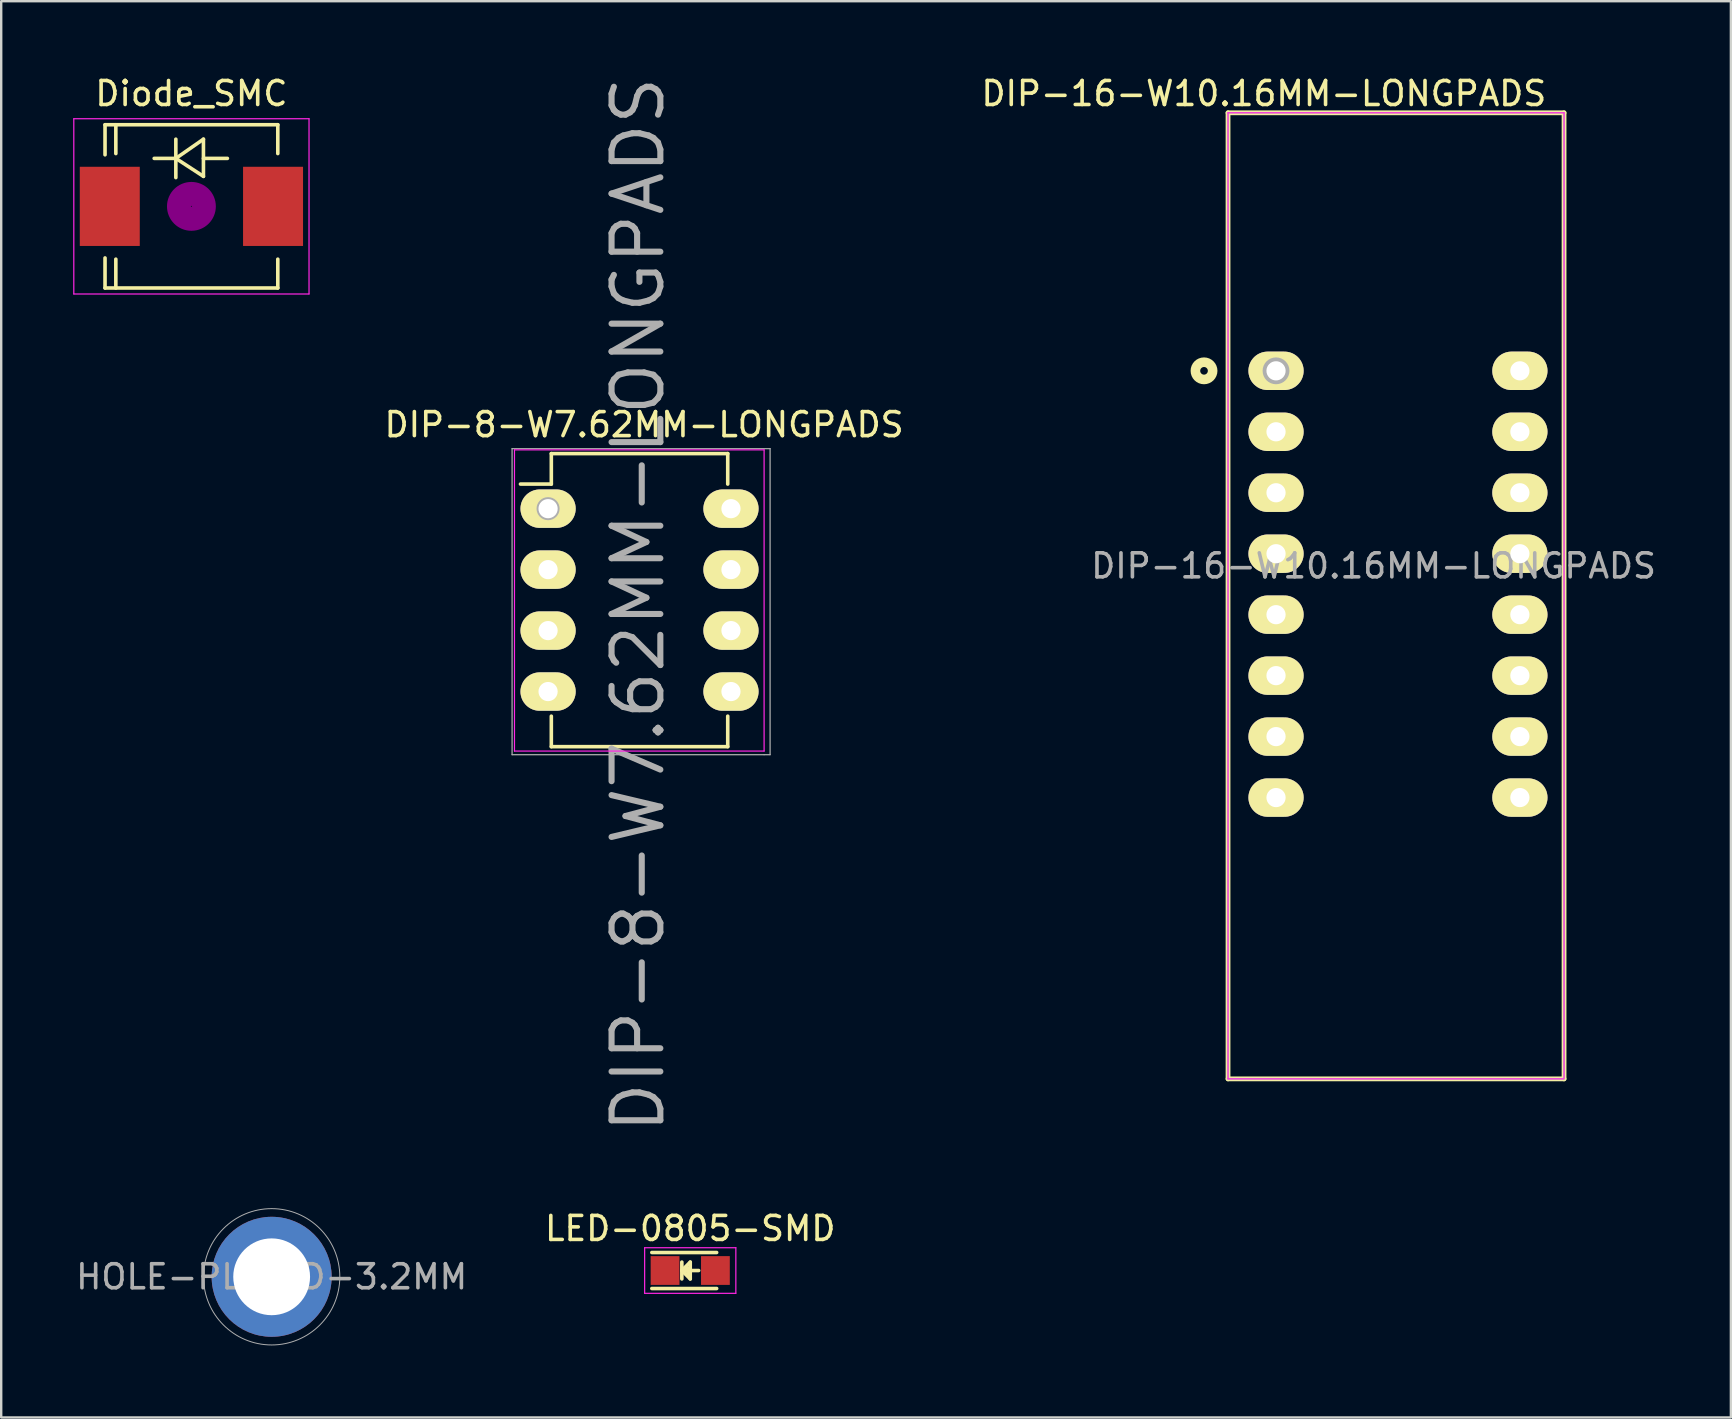
<source format=kicad_pcb>
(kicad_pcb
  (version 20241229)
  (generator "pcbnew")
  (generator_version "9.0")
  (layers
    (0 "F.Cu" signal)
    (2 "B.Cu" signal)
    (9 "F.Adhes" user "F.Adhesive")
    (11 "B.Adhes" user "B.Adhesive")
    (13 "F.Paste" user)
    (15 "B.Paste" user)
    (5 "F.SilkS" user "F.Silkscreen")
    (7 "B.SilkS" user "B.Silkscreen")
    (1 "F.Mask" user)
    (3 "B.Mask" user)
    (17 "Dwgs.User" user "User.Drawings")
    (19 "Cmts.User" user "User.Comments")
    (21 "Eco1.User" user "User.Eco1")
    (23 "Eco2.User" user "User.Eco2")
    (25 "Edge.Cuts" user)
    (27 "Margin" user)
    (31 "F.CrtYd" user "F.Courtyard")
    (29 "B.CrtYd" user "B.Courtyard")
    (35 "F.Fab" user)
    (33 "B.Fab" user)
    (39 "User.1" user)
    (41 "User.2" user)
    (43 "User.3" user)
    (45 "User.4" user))
  (footprint "LED-0805-SMD"
    (layer "F.Cu")
    (at 25.708 49.884)
    (property "Reference" "LED-0805-SMD" (at 0 -1.75 0) (layer "F.SilkS") (effects (font (size 1 1) (thickness 0.15))))
    (attr smd)
    (fp_line (start -1.6 -0.75) (end 1.1 -0.75) (stroke (width 0.15) (type solid)) (layer "F.SilkS"))
    (fp_line (start -1.6 0.75) (end 1.1 0.75) (stroke (width 0.15) (type solid)) (layer "F.SilkS"))
    (fp_line (start -0.35 -0.35) (end -0.35 0.35) (stroke (width 0.15) (type solid)) (layer "F.SilkS"))
    (fp_line (start -0.35 0) (end 0 -0.35) (stroke (width 0.15) (type solid)) (layer "F.SilkS"))
    (fp_line (start -0.1 -0.1) (end -0.25 0.05) (stroke (width 0.15) (type solid)) (layer "F.SilkS"))
    (fp_line (start -0.1 0.15) (end -0.1 -0.1) (stroke (width 0.15) (type solid)) (layer "F.SilkS"))
    (fp_line (start 0 -0.35) (end 0 0.35) (stroke (width 0.15) (type solid)) (layer "F.SilkS"))
    (fp_line (start 0 0) (end 0.35 0) (stroke (width 0.15) (type solid)) (layer "F.SilkS"))
    (fp_line (start 0 0.35) (end -0.35 0) (stroke (width 0.15) (type solid)) (layer "F.SilkS"))
    (fp_line (start -1.9 -0.95) (end 1.9 -0.95) (stroke (width 0.05) (type solid)) (layer "F.CrtYd"))
    (fp_line (start -1.9 0.95) (end -1.9 -0.95) (stroke (width 0.05) (type solid)) (layer "F.CrtYd"))
    (fp_line (start 1.9 -0.95) (end 1.9 0.95) (stroke (width 0.05) (type solid)) (layer "F.CrtYd"))
    (fp_line (start 1.9 0.95) (end -1.9 0.95) (stroke (width 0.05) (type solid)) (layer "F.CrtYd"))
    (pad "1" smd rect (at -1.049 0 180) (size 1.199 1.199) (layers "F.Cu" "F.Mask" "F.Paste"))
    (pad "2" smd rect (at 1.049 0 180) (size 1.199 1.199) (layers "F.Cu" "F.Mask" "F.Paste")))
  (footprint "HOLE-PLATED-3.2MM"
    (layer "F.Cu")
    (at 8.268 50.146)
    (property "Reference" "HOLE-PLATED-3.2MM" (at 0 0 0) (layer "F.Fab") (effects (font (size 1 1) (thickness 0.15))))
    (attr through_hole)
    (fp_circle (center 0 0) (end 2.54 1.27) (stroke (width 0.041) (type solid)) (fill no) (layer "F.Fab"))
    (pad "1" thru_hole circle (at 0 0) (size 5 5) (drill 3.2) (layers "*.Cu" "*.Mask")))
  (footprint "Diode_SMC"
    (layer "F.Cu")
    (at 4.925 5.548)
    (property "Reference" "Diode_SMC" (at 0 -4.7 0) (layer "F.SilkS") (effects (font (size 1 1) (thickness 0.15))))
    (attr smd)
    (fp_line (start -3.599 -3.401) (end -3.599 -2.149) (stroke (width 0.15) (type solid)) (layer "F.SilkS"))
    (fp_line (start -3.599 -3.401) (end 3.599 -3.401) (stroke (width 0.15) (type solid)) (layer "F.SilkS"))
    (fp_line (start -3.599 3.401) (end -3.599 2.149) (stroke (width 0.15) (type solid)) (layer "F.SilkS"))
    (fp_line (start -3.599 3.401) (end 3.599 3.401) (stroke (width 0.15) (type solid)) (layer "F.SilkS"))
    (fp_line (start -3.149 -3.401) (end -3.149 -2.2) (stroke (width 0.15) (type solid)) (layer "F.SilkS"))
    (fp_line (start -3.149 3.401) (end -3.149 2.2) (stroke (width 0.15) (type solid)) (layer "F.SilkS"))
    (fp_line (start -0.649 -2.799) (end -0.649 -1.199) (stroke (width 0.15) (type solid)) (layer "F.SilkS"))
    (fp_line (start -0.649 -1.999) (end -1.551 -1.999) (stroke (width 0.15) (type solid)) (layer "F.SilkS"))
    (fp_line (start -0.649 -1.999) (end 0.501 -2.799) (stroke (width 0.15) (type solid)) (layer "F.SilkS"))
    (fp_line (start -0.649 -1.999) (end 0.501 -1.25) (stroke (width 0.15) (type solid)) (layer "F.SilkS"))
    (fp_line (start 0.501 -1.999) (end 1.499 -1.999) (stroke (width 0.15) (type solid)) (layer "F.SilkS"))
    (fp_line (start 0.501 -1.25) (end 0.501 -2.799) (stroke (width 0.15) (type solid)) (layer "F.SilkS"))
    (fp_line (start 3.599 -3.401) (end 3.599 -2.2) (stroke (width 0.15) (type solid)) (layer "F.SilkS"))
    (fp_line (start 3.599 3.401) (end 3.599 2.2) (stroke (width 0.15) (type solid)) (layer "F.SilkS"))
    (fp_circle (center 0 0) (end 0.15 0.15) (stroke (width 0.381) (type solid)) (fill no) (layer "F.Adhes"))
    (fp_circle (center 0 0) (end 0.45 0.201) (stroke (width 0.381) (type solid)) (fill no) (layer "F.Adhes"))
    (fp_circle (center 0 0) (end 0.749 0.351) (stroke (width 0.381) (type solid)) (fill no) (layer "F.Adhes"))
    (fp_line (start -4.9 -3.65) (end 4.9 -3.65) (stroke (width 0.05) (type solid)) (layer "F.CrtYd"))
    (fp_line (start -4.9 3.65) (end -4.9 -3.65) (stroke (width 0.05) (type solid)) (layer "F.CrtYd"))
    (fp_line (start 4.9 -3.65) (end 4.9 3.65) (stroke (width 0.05) (type solid)) (layer "F.CrtYd"))
    (fp_line (start 4.9 3.65) (end -4.9 3.65) (stroke (width 0.05) (type solid)) (layer "F.CrtYd"))
    (pad "1" smd rect (at -3.401 0 90) (size 3.299 2.499) (layers "F.Cu" "F.Mask" "F.Paste"))
    (pad "2" smd rect (at 3.401 0 90) (size 3.299 2.499) (layers "F.Cu" "F.Mask" "F.Paste")))
  (footprint "DIP-16-W10.16MM-LONGPADS"
    (layer "F.Cu")
    (at 54.364 21.15)
    (property "Reference" "DIP-16-W10.16MM-LONGPADS" (at -0.186 -0.622 0) (layer "F.Fab") (effects (font (size 1 1) (thickness 0.15))))
    (attr through_hole)
    (fp_line (start -6.25 -19.5) (end -6.25 20.75) (stroke (width 0.2) (type solid)) (layer "F.SilkS"))
    (fp_line (start -6.25 -19.5) (end 7.75 -19.5) (stroke (width 0.2) (type solid)) (layer "F.SilkS"))
    (fp_line (start 7.75 -19.5) (end 7.75 20.75) (stroke (width 0.2) (type solid)) (layer "F.SilkS"))
    (fp_line (start 7.75 20.75) (end -6.25 20.75) (stroke (width 0.2) (type solid)) (layer "F.SilkS"))
    (fp_circle (center -7.25 -8.75) (end -6.996 -8.496) (stroke (width 0.4) (type solid)) (fill no) (layer "F.SilkS"))
    (fp_line (start -6.25 -19.5) (end -6.25 20.75) (stroke (width 0.05) (type solid)) (layer "F.CrtYd"))
    (fp_line (start -6.25 -19.5) (end 7.75 -19.5) (stroke (width 0.05) (type solid)) (layer "F.CrtYd"))
    (fp_line (start -6.25 20.75) (end 7.75 20.75) (stroke (width 0.05) (type solid)) (layer "F.CrtYd"))
    (fp_line (start 7.75 -19.5) (end 7.75 20.7) (stroke (width 0.05) (type solid)) (layer "F.CrtYd"))
    (fp_line (start -6.25 -19.5) (end -6.25 20.75) (stroke (width 0.05) (type solid)) (layer "F.Fab"))
    (fp_line (start -6.25 -19.5) (end 7.75 -19.5) (stroke (width 0.05) (type solid)) (layer "F.Fab"))
    (fp_line (start -6.25 20.75) (end 7.75 20.75) (stroke (width 0.05) (type solid)) (layer "F.Fab"))
    (fp_line (start 7.75 -19.5) (end 7.75 20.75) (stroke (width 0.05) (type solid)) (layer "F.Fab"))
    (fp_circle (center -4.25 -8.75) (end -3.996 -8.496) (stroke (width 0.4) (type solid)) (fill no) (layer "F.Fab"))
    (fp_text user "${REFERENCE}" (at -4.758 -20.302 0) (layer "F.SilkS") (effects (font (size 1 1) (thickness 0.15))))
    (pad "1" thru_hole oval (at -4.25 -8.75) (size 2.3 1.6) (drill 0.8) (layers "*.Cu" "*.Mask" "F.SilkS"))
    (pad "2" thru_hole oval (at -4.25 -6.21) (size 2.3 1.6) (drill 0.8) (layers "*.Cu" "*.Mask" "F.SilkS"))
    (pad "3" thru_hole oval (at -4.25 -3.67) (size 2.3 1.6) (drill 0.8) (layers "*.Cu" "*.Mask" "F.SilkS"))
    (pad "4" thru_hole oval (at -4.25 -1.13) (size 2.3 1.6) (drill 0.8) (layers "*.Cu" "*.Mask" "F.SilkS"))
    (pad "5" thru_hole oval (at -4.25 1.41) (size 2.3 1.6) (drill 0.8) (layers "*.Cu" "*.Mask" "F.SilkS"))
    (pad "6" thru_hole oval (at -4.25 3.95) (size 2.3 1.6) (drill 0.8) (layers "*.Cu" "*.Mask" "F.SilkS"))
    (pad "7" thru_hole oval (at -4.25 6.49) (size 2.3 1.6) (drill 0.8) (layers "*.Cu" "*.Mask" "F.SilkS"))
    (pad "8" thru_hole oval (at -4.25 9.03) (size 2.3 1.6) (drill 0.8) (layers "*.Cu" "*.Mask" "F.SilkS"))
    (pad "9" thru_hole oval (at 5.91 9.03) (size 2.3 1.6) (drill 0.8) (layers "*.Cu" "*.Mask" "F.SilkS"))
    (pad "10" thru_hole oval (at 5.91 6.49) (size 2.3 1.6) (drill 0.8) (layers "*.Cu" "*.Mask" "F.SilkS"))
    (pad "11" thru_hole oval (at 5.91 3.95) (size 2.3 1.6) (drill 0.8) (layers "*.Cu" "*.Mask" "F.SilkS"))
    (pad "12" thru_hole oval (at 5.91 1.41) (size 2.3 1.6) (drill 0.8) (layers "*.Cu" "*.Mask" "F.SilkS"))
    (pad "13" thru_hole oval (at 5.91 -1.13) (size 2.3 1.6) (drill 0.8) (layers "*.Cu" "*.Mask" "F.SilkS"))
    (pad "14" thru_hole oval (at 5.91 -3.67) (size 2.3 1.6) (drill 0.8) (layers "*.Cu" "*.Mask" "F.SilkS"))
    (pad "15" thru_hole oval (at 5.91 -6.21) (size 2.3 1.6) (drill 0.8) (layers "*.Cu" "*.Mask" "F.SilkS"))
    (pad "16" thru_hole oval (at 5.91 -8.75) (size 2.3 1.6) (drill 0.8) (layers "*.Cu" "*.Mask" "F.SilkS")))
  (footprint "DIP-8-W7.62MM-LONGPADS"
    (layer "F.Cu")
    (at 19.785 18.143)
    (property "Reference" "DIP-8-W7.62MM-LONGPADS" (at 3.75 4 90) (layer "F.Fab") (effects (font (size 2.032 2.032) (thickness 0.254))))
    (attr through_hole)
    (fp_line (start 0.135 -2.295) (end 0.135 -1.025) (stroke (width 0.15) (type solid)) (layer "F.SilkS"))
    (fp_line (start 0.135 -2.295) (end 7.485 -2.295) (stroke (width 0.15) (type solid)) (layer "F.SilkS"))
    (fp_line (start 0.135 -1.025) (end -1.15 -1.025) (stroke (width 0.15) (type solid)) (layer "F.SilkS"))
    (fp_line (start 0.135 9.915) (end 0.135 8.645) (stroke (width 0.15) (type solid)) (layer "F.SilkS"))
    (fp_line (start 0.135 9.915) (end 7.485 9.915) (stroke (width 0.15) (type solid)) (layer "F.SilkS"))
    (fp_line (start 7.485 -2.295) (end 7.485 -1.025) (stroke (width 0.15) (type solid)) (layer "F.SilkS"))
    (fp_line (start 7.485 9.915) (end 7.485 8.645) (stroke (width 0.15) (type solid)) (layer "F.SilkS"))
    (fp_line (start -1.4 -2.45) (end -1.4 10.1) (stroke (width 0.05) (type solid)) (layer "F.CrtYd"))
    (fp_line (start -1.4 -2.45) (end 9 -2.45) (stroke (width 0.05) (type solid)) (layer "F.CrtYd"))
    (fp_line (start -1.4 10.1) (end 9 10.1) (stroke (width 0.05) (type solid)) (layer "F.CrtYd"))
    (fp_line (start 9 -2.45) (end 9 10.1) (stroke (width 0.05) (type solid)) (layer "F.CrtYd"))
    (fp_line (start -1.5 -2.5) (end -1.5 10.25) (stroke (width 0.051) (type solid)) (layer "F.Fab"))
    (fp_line (start -1.5 10.25) (end 9 10.25) (stroke (width 0.051) (type solid)) (layer "F.Fab"))
    (fp_line (start 9 10.25) (end 9.25 10.25) (stroke (width 0.051) (type solid)) (layer "F.Fab"))
    (fp_line (start 9.25 -2.5) (end -1.5 -2.5) (stroke (width 0.051) (type solid)) (layer "F.Fab"))
    (fp_line (start 9.25 10.25) (end 9.25 -2.5) (stroke (width 0.051) (type solid)) (layer "F.Fab"))
    (fp_circle (center 0 0) (end 0.25 0.25) (stroke (width 0.254) (type solid)) (fill no) (layer "F.Fab"))
    (fp_text user "${REFERENCE}" (at 4 -3.5 0) (layer "F.SilkS") (effects (font (size 1 1) (thickness 0.15))))
    (pad "1" thru_hole oval (at 0 0) (size 2.3 1.6) (drill 0.8) (layers "*.Cu" "*.Mask" "F.SilkS"))
    (pad "2" thru_hole oval (at 0 2.54) (size 2.3 1.6) (drill 0.8) (layers "*.Cu" "*.Mask" "F.SilkS"))
    (pad "3" thru_hole oval (at 0 5.08) (size 2.3 1.6) (drill 0.8) (layers "*.Cu" "*.Mask" "F.SilkS"))
    (pad "4" thru_hole oval (at 0 7.62) (size 2.3 1.6) (drill 0.8) (layers "*.Cu" "*.Mask" "F.SilkS"))
    (pad "5" thru_hole oval (at 7.62 7.62) (size 2.3 1.6) (drill 0.8) (layers "*.Cu" "*.Mask" "F.SilkS"))
    (pad "6" thru_hole oval (at 7.62 5.08) (size 2.3 1.6) (drill 0.8) (layers "*.Cu" "*.Mask" "F.SilkS"))
    (pad "7" thru_hole oval (at 7.62 2.54) (size 2.3 1.6) (drill 0.8) (layers "*.Cu" "*.Mask" "F.SilkS"))
    (pad "8" thru_hole oval (at 7.62 0) (size 2.3 1.6) (drill 0.8) (layers "*.Cu" "*.Mask" "F.SilkS")))
  (gr_rect
    (start -3 -3)
    (end 69.065 56.006)
    (stroke (width 0.1) (type default))
    (fill no)
    (layer "Edge.Cuts")))
</source>
